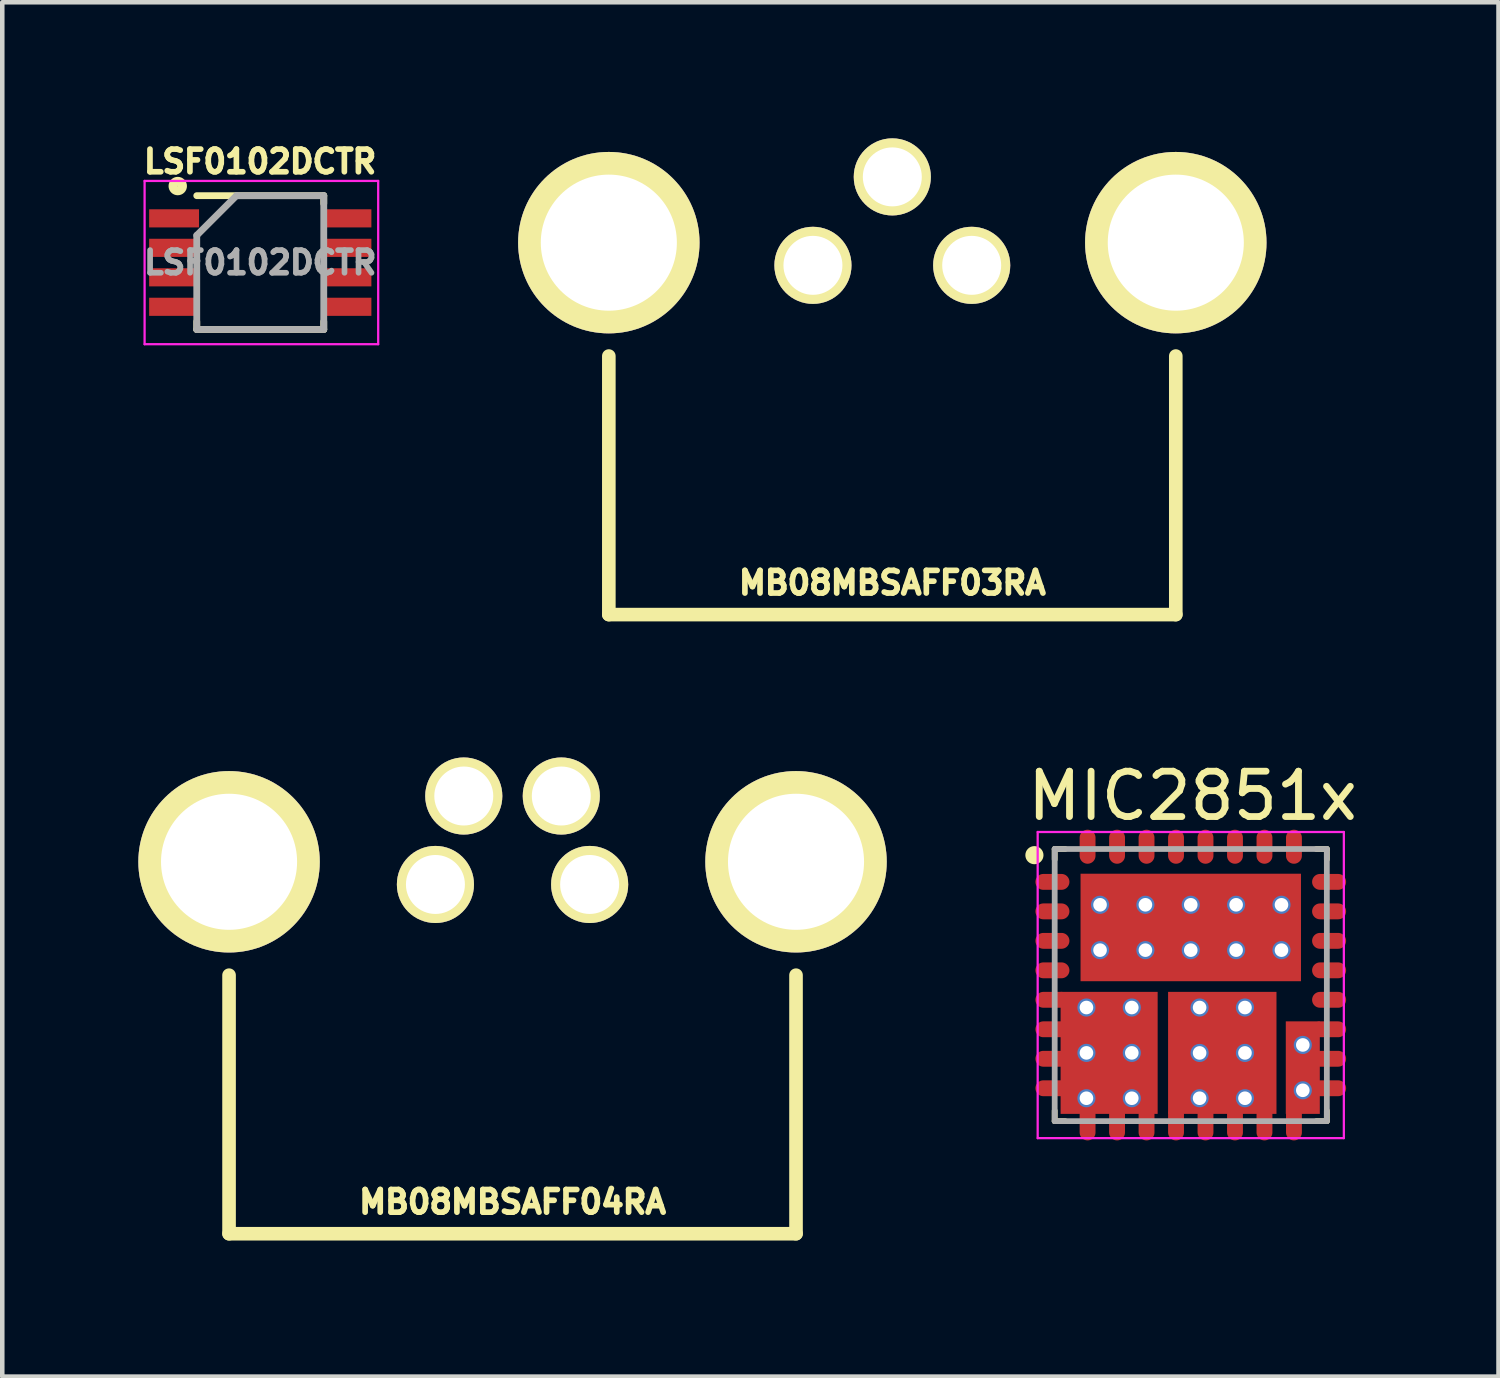
<source format=kicad_pcb>
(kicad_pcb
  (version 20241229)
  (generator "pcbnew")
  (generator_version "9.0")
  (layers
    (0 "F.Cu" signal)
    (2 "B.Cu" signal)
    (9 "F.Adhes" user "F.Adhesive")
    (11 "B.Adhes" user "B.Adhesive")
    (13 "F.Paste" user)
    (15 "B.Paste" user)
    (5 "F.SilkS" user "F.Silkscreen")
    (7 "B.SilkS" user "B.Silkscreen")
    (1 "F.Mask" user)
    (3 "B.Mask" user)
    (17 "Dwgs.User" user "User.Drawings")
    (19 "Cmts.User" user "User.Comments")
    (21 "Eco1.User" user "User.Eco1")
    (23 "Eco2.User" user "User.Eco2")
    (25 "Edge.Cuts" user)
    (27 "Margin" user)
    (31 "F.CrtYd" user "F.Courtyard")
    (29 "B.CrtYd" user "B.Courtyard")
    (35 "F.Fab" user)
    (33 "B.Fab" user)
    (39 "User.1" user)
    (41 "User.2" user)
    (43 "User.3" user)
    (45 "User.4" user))
  (footprint "MIC2851x"
    (layer "F.Cu")
    (at 23.203 18.668)
    (property "Reference" "MIC2851x" (at 0.041 -4.17 0) (layer "F.SilkS") (effects (font (size 1 1) (thickness 0.15))))
    (attr through_hole)
    (fp_line (start -3 -3) (end -3 -2.77) (stroke (width 0.127) (type solid)) (layer "F.SilkS"))
    (fp_line (start -3 -3) (end -2.77 -3) (stroke (width 0.127) (type solid)) (layer "F.SilkS"))
    (fp_line (start -3 3) (end -3 2.77) (stroke (width 0.127) (type solid)) (layer "F.SilkS"))
    (fp_line (start -3 3) (end -2.77 3) (stroke (width 0.127) (type solid)) (layer "F.SilkS"))
    (fp_line (start 3 -3) (end 2.77 -3) (stroke (width 0.127) (type solid)) (layer "F.SilkS"))
    (fp_line (start 3 -3) (end 3 -2.77) (stroke (width 0.127) (type solid)) (layer "F.SilkS"))
    (fp_line (start 3 3) (end 2.77 3) (stroke (width 0.127) (type solid)) (layer "F.SilkS"))
    (fp_line (start 3 3) (end 3 2.77) (stroke (width 0.127) (type solid)) (layer "F.SilkS"))
    (fp_circle (center -3.447 -2.864) (end -3.347 -2.864) (stroke (width 0.2) (type solid)) (fill no) (layer "F.SilkS"))
    (fp_poly (pts (xy -2.553 0.544) (xy -1.047 0.544) (xy -1.047 2.446) (xy -2.553 2.446)) (stroke (width 0.01) (type solid)) (fill yes) (layer "F.Paste"))
    (fp_poly (pts (xy -1.715 -2.105) (xy 1.715 -2.105) (xy 1.715 -0.435) (xy -1.715 -0.435)) (stroke (width 0.01) (type solid)) (fill yes) (layer "F.Paste"))
    (fp_poly (pts (xy -0.15 0.544) (xy 1.54 0.544) (xy 1.54 2.446) (xy -0.15 2.446)) (stroke (width 0.01) (type solid)) (fill yes) (layer "F.Paste"))
    (fp_poly (pts (xy 2.209 1.099) (xy 2.731 1.099) (xy 2.731 2.541) (xy 2.209 2.541)) (stroke (width 0.01) (type solid)) (fill yes) (layer "F.Paste"))
    (fp_line (start -3.375 -3.375) (end -3.375 3.375) (stroke (width 0.05) (type solid)) (layer "F.CrtYd"))
    (fp_line (start -3.375 3.375) (end 3.375 3.375) (stroke (width 0.05) (type solid)) (layer "F.CrtYd"))
    (fp_line (start 3.375 -3.375) (end -3.375 -3.375) (stroke (width 0.05) (type solid)) (layer "F.CrtYd"))
    (fp_line (start 3.375 3.375) (end 3.375 -3.375) (stroke (width 0.05) (type solid)) (layer "F.CrtYd"))
    (fp_line (start -3 -3) (end -3 3) (stroke (width 0.127) (type solid)) (layer "F.Fab"))
    (fp_line (start -3 3) (end 3 3) (stroke (width 0.127) (type solid)) (layer "F.Fab"))
    (fp_line (start 3 -3) (end -3 -3) (stroke (width 0.127) (type solid)) (layer "F.Fab"))
    (fp_line (start 3 3) (end 3 -3) (stroke (width 0.127) (type solid)) (layer "F.Fab"))
    (pad "1" smd oval (at -3.05 -2.275) (size 0.75 0.35) (layers "F.Cu" "F.Mask" "F.Paste"))
    (pad "2" smd oval (at -3.05 -1.625) (size 0.75 0.35) (layers "F.Cu" "F.Mask" "F.Paste"))
    (pad "3" smd oval (at -3.05 -0.975) (size 0.75 0.35) (layers "F.Cu" "F.Mask" "F.Paste"))
    (pad "4" smd oval (at -3.05 -0.325) (size 0.75 0.35) (layers "F.Cu" "F.Mask" "F.Paste"))
    (pad "5" smd oval (at -3.05 0.325) (size 0.75 0.35) (layers "F.Cu" "F.Mask" "F.Paste"))
    (pad "6" smd oval (at -3.05 0.975) (size 0.75 0.35) (layers "F.Cu" "F.Mask" "F.Paste"))
    (pad "7" smd oval (at -3.05 1.625) (size 0.75 0.35) (layers "F.Cu" "F.Mask" "F.Paste"))
    (pad "8" smd oval (at -3.05 2.275) (size 0.75 0.35) (layers "F.Cu" "F.Mask" "F.Paste"))
    (pad "9" smd oval (at -2.275 3.05) (size 0.35 0.75) (layers "F.Cu" "F.Mask" "F.Paste"))
    (pad "10" smd oval (at -1.625 3.05) (size 0.35 0.75) (layers "F.Cu" "F.Mask" "F.Paste"))
    (pad "11" smd oval (at -0.975 3.05) (size 0.35 0.75) (layers "F.Cu" "F.Mask" "F.Paste"))
    (pad "12" smd oval (at -0.325 3.05) (size 0.35 0.75) (layers "F.Cu" "F.Mask" "F.Paste"))
    (pad "13" smd oval (at 0.325 3.05) (size 0.35 0.75) (layers "F.Cu" "F.Mask" "F.Paste"))
    (pad "14" smd oval (at 0.975 3.05) (size 0.35 0.75) (layers "F.Cu" "F.Mask" "F.Paste"))
    (pad "15" smd oval (at 1.625 3.05) (size 0.35 0.75) (layers "F.Cu" "F.Mask" "F.Paste"))
    (pad "16" smd oval (at 2.275 3.05) (size 0.35 0.75) (layers "F.Cu" "F.Mask" "F.Paste"))
    (pad "17" smd oval (at 3.05 2.275) (size 0.75 0.35) (layers "F.Cu" "F.Mask" "F.Paste"))
    (pad "18" smd oval (at 3.05 1.625) (size 0.75 0.35) (layers "F.Cu" "F.Mask" "F.Paste"))
    (pad "19" smd oval (at 3.05 0.975) (size 0.75 0.35) (layers "F.Cu" "F.Mask" "F.Paste"))
    (pad "20" smd oval (at 3.05 0.325) (size 0.75 0.35) (layers "F.Cu" "F.Mask" "F.Paste"))
    (pad "21" smd oval (at 3.05 -0.325) (size 0.75 0.35) (layers "F.Cu" "F.Mask" "F.Paste"))
    (pad "22" smd oval (at 3.05 -0.975) (size 0.75 0.35) (layers "F.Cu" "F.Mask" "F.Paste"))
    (pad "23" smd oval (at 3.05 -1.625) (size 0.75 0.35) (layers "F.Cu" "F.Mask" "F.Paste"))
    (pad "24" smd oval (at 3.05 -2.275) (size 0.75 0.35) (layers "F.Cu" "F.Mask" "F.Paste"))
    (pad "25" smd oval (at 2.275 -3.05) (size 0.35 0.75) (layers "F.Cu" "F.Mask" "F.Paste"))
    (pad "26" smd oval (at 1.625 -3.05) (size 0.35 0.75) (layers "F.Cu" "F.Mask" "F.Paste"))
    (pad "27" smd oval (at 0.975 -3.05) (size 0.35 0.75) (layers "F.Cu" "F.Mask" "F.Paste"))
    (pad "28" smd oval (at 0.325 -3.05) (size 0.35 0.75) (layers "F.Cu" "F.Mask" "F.Paste"))
    (pad "29" smd oval (at -0.325 -3.05) (size 0.35 0.75) (layers "F.Cu" "F.Mask" "F.Paste"))
    (pad "30" smd oval (at -0.975 -3.05) (size 0.35 0.75) (layers "F.Cu" "F.Mask" "F.Paste"))
    (pad "31" smd oval (at -1.625 -3.05) (size 0.35 0.75) (layers "F.Cu" "F.Mask" "F.Paste"))
    (pad "32" smd oval (at -2.275 -3.05) (size 0.35 0.75) (layers "F.Cu" "F.Mask" "F.Paste"))
    (pad "33" thru_hole circle (at -2 -1.77) (size 0.4 0.4) (drill 0.3) (layers "*.Cu" "F.Mask"))
    (pad "33" thru_hole circle (at -2 -0.77) (size 0.4 0.4) (drill 0.3) (layers "*.Cu" "F.Mask"))
    (pad "33" thru_hole circle (at -1 -1.77) (size 0.4 0.4) (drill 0.3) (layers "*.Cu" "F.Mask"))
    (pad "33" thru_hole circle (at -1 -0.77) (size 0.4 0.4) (drill 0.3) (layers "*.Cu" "F.Mask"))
    (pad "33" thru_hole circle (at 0 -1.77) (size 0.4 0.4) (drill 0.3) (layers "*.Cu" "F.Mask"))
    (pad "33" smd rect (at 0 -1.27) (size 4.86 2.37) (layers "F.Cu" "F.Mask"))
    (pad "33" thru_hole circle (at 0 -0.77) (size 0.4 0.4) (drill 0.3) (layers "*.Cu" "F.Mask"))
    (pad "33" thru_hole circle (at 1 -1.77) (size 0.4 0.4) (drill 0.3) (layers "*.Cu" "F.Mask"))
    (pad "33" thru_hole circle (at 1 -0.77) (size 0.4 0.4) (drill 0.3) (layers "*.Cu" "F.Mask"))
    (pad "33" thru_hole circle (at 2 -1.77) (size 0.4 0.4) (drill 0.3) (layers "*.Cu" "F.Mask"))
    (pad "33" thru_hole circle (at 2 -0.77) (size 0.4 0.4) (drill 0.3) (layers "*.Cu" "F.Mask"))
    (pad "34" thru_hole circle (at -2.3 0.495) (size 0.4 0.4) (drill 0.3) (layers "*.Cu" "F.Mask"))
    (pad "34" thru_hole circle (at -2.3 1.495) (size 0.4 0.4) (drill 0.3) (layers "*.Cu" "F.Mask"))
    (pad "34" thru_hole circle (at -2.3 2.495) (size 0.4 0.4) (drill 0.3) (layers "*.Cu" "F.Mask"))
    (pad "34" smd rect (at -1.8 1.495) (size 2.14 2.69) (layers "F.Cu" "F.Mask"))
    (pad "34" thru_hole circle (at -1.3 0.495) (size 0.4 0.4) (drill 0.3) (layers "*.Cu" "F.Mask"))
    (pad "34" thru_hole circle (at -1.3 1.495) (size 0.4 0.4) (drill 0.3) (layers "*.Cu" "F.Mask"))
    (pad "34" thru_hole circle (at -1.3 2.495) (size 0.4 0.4) (drill 0.3) (layers "*.Cu" "F.Mask"))
    (pad "35" thru_hole circle (at 0.195 0.495) (size 0.4 0.4) (drill 0.3) (layers "*.Cu" "F.Mask"))
    (pad "35" thru_hole circle (at 0.195 1.496) (size 0.4 0.4) (drill 0.3) (layers "*.Cu" "F.Mask"))
    (pad "35" thru_hole circle (at 0.195 2.495) (size 0.4 0.4) (drill 0.3) (layers "*.Cu" "F.Mask"))
    (pad "35" smd rect (at 0.695 1.495) (size 2.39 2.69) (layers "F.Cu" "F.Mask"))
    (pad "35" thru_hole circle (at 1.195 0.495) (size 0.4 0.4) (drill 0.3) (layers "*.Cu" "F.Mask"))
    (pad "35" thru_hole circle (at 1.195 1.496) (size 0.4 0.4) (drill 0.3) (layers "*.Cu" "F.Mask"))
    (pad "35" thru_hole circle (at 1.195 2.495) (size 0.4 0.4) (drill 0.3) (layers "*.Cu" "F.Mask"))
    (pad "36" thru_hole circle (at 2.47 1.32) (size 0.4 0.4) (drill 0.3) (layers "*.Cu" "F.Mask"))
    (pad "36" smd rect (at 2.47 1.82) (size 0.75 2.04) (layers "F.Cu" "F.Mask"))
    (pad "36" thru_hole circle (at 2.47 2.32) (size 0.4 0.4) (drill 0.3) (layers "*.Cu" "F.Mask")))
  (footprint "MB08MBSAFF03RA"
    (layer "F.Cu")
    (at 16.623 2.8)
    (property "Reference" "MB08MBSAFF03RA" (at 0 7 0) (layer "F.SilkS") (effects (font (size 0.5 0.5) (thickness 0.125))))
    (attr through_hole)
    (fp_line (start -6.25 2) (end -6.25 7.7) (stroke (width 0.3) (type solid)) (layer "F.SilkS"))
    (fp_line (start -6.25 7.7) (end 6.25 7.7) (stroke (width 0.3) (type solid)) (layer "F.SilkS"))
    (fp_line (start 6.25 2) (end 6.25 7.7) (stroke (width 0.3) (type solid)) (layer "F.SilkS"))
    (pad "1" thru_hole circle (at -1.75 0) (size 1.7 1.7) (drill 1.3) (layers "*.Cu" "*.Mask" "F.SilkS"))
    (pad "3" thru_hole circle (at 1.75 0) (size 1.7 1.7) (drill 1.3) (layers "*.Cu" "*.Mask" "F.SilkS"))
    (pad "4" thru_hole circle (at 0 -1.95) (size 1.7 1.7) (drill 1.3) (layers "*.Cu" "*.Mask" "F.SilkS"))
    (pad "5" thru_hole circle (at -6.25 -0.5) (size 4 4) (drill 3) (layers "*.Cu" "*.Mask" "F.SilkS"))
    (pad "5" thru_hole circle (at 6.25 -0.5) (size 4 4) (drill 3) (layers "*.Cu" "*.Mask" "F.SilkS")))
  (footprint "MB08MBSAFF04RA"
    (layer "F.Cu")
    (at 8.25 16.45)
    (property "Reference" "MB08MBSAFF04RA" (at 0 7 0) (layer "F.SilkS") (effects (font (size 0.5 0.5) (thickness 0.125))))
    (attr through_hole)
    (fp_line (start -6.25 2) (end -6.25 7.7) (stroke (width 0.3) (type solid)) (layer "F.SilkS"))
    (fp_line (start -6.25 7.7) (end 6.25 7.7) (stroke (width 0.3) (type solid)) (layer "F.SilkS"))
    (fp_line (start 6.25 2) (end 6.25 7.7) (stroke (width 0.3) (type solid)) (layer "F.SilkS"))
    (pad "1" thru_hole circle (at -1.7 0) (size 1.7 1.7) (drill 1.3) (layers "*.Cu" "*.Mask" "F.SilkS"))
    (pad "2" thru_hole circle (at -1.075 -1.95) (size 1.7 1.7) (drill 1.3) (layers "*.Cu" "*.Mask" "F.SilkS"))
    (pad "3" thru_hole circle (at 1.7 0) (size 1.7 1.7) (drill 1.3) (layers "*.Cu" "*.Mask" "F.SilkS"))
    (pad "4" thru_hole circle (at 1.075 -1.95) (size 1.7 1.7) (drill 1.3) (layers "*.Cu" "*.Mask" "F.SilkS"))
    (pad "5" thru_hole circle (at -6.25 -0.5) (size 4 4) (drill 3) (layers "*.Cu" "*.Mask" "F.SilkS"))
    (pad "5" thru_hole circle (at 6.25 -0.5) (size 4 4) (drill 3) (layers "*.Cu" "*.Mask" "F.SilkS")))
  (footprint "LSF0102DCTR"
    (layer "F.Cu")
    (at 2.688 2.739)
    (property "Reference" "LSF0102DCTR" (at -0.003 -2.227 0) (layer "F.SilkS") (effects (font (size 0.5 0.5) (thickness 0.125))))
    (attr smd)
    (fp_line (start -1.4 -1.475) (end 1.4 -1.475) (stroke (width 0.15) (type solid)) (layer "F.SilkS"))
    (fp_line (start -1.4 1.475) (end -1.4 1.3) (stroke (width 0.15) (type solid)) (layer "F.SilkS"))
    (fp_line (start -1.4 1.475) (end 1.4 1.475) (stroke (width 0.15) (type solid)) (layer "F.SilkS"))
    (fp_line (start 1.4 -1.475) (end 1.4 -1.3) (stroke (width 0.15) (type solid)) (layer "F.SilkS"))
    (fp_line (start 1.4 1.3) (end 1.4 1.475) (stroke (width 0.15) (type solid)) (layer "F.SilkS"))
    (fp_circle (center -1.819 -1.687) (end -1.716 -1.687) (stroke (width 0.2) (type solid)) (fill no) (layer "F.SilkS"))
    (fp_line (start -2.55 -1.8) (end -2.55 1.8) (stroke (width 0.05) (type solid)) (layer "F.CrtYd"))
    (fp_line (start -2.55 -1.8) (end 2.6 -1.8) (stroke (width 0.05) (type solid)) (layer "F.CrtYd"))
    (fp_line (start -2.55 1.8) (end 2.6 1.8) (stroke (width 0.05) (type solid)) (layer "F.CrtYd"))
    (fp_line (start 2.6 -1.8) (end 2.6 1.8) (stroke (width 0.05) (type solid)) (layer "F.CrtYd"))
    (fp_line (start -1.4 -0.6) (end -0.525 -1.475) (stroke (width 0.15) (type solid)) (layer "F.Fab"))
    (fp_line (start -1.4 1.475) (end -1.4 -0.6) (stroke (width 0.15) (type solid)) (layer "F.Fab"))
    (fp_line (start -0.525 -1.475) (end 1.4 -1.475) (stroke (width 0.15) (type solid)) (layer "F.Fab"))
    (fp_line (start 1.4 -1.475) (end 1.4 1.475) (stroke (width 0.15) (type solid)) (layer "F.Fab"))
    (fp_line (start 1.4 1.475) (end -1.4 1.475) (stroke (width 0.15) (type solid)) (layer "F.Fab"))
    (fp_text user "${REFERENCE}" (at 0 0 0) (layer "F.Fab") (effects (font (size 0.5 0.5) (thickness 0.125))))
    (pad "1" smd rect (at -1.9 -0.975) (size 1.1 0.4) (layers "F.Cu" "F.Mask" "F.Paste"))
    (pad "2" smd rect (at -1.9 -0.325) (size 1.1 0.4) (layers "F.Cu" "F.Mask" "F.Paste"))
    (pad "3" smd rect (at -1.9 0.325) (size 1.1 0.4) (layers "F.Cu" "F.Mask" "F.Paste"))
    (pad "4" smd rect (at -1.9 0.975) (size 1.1 0.4) (layers "F.Cu" "F.Mask" "F.Paste"))
    (pad "5" smd rect (at 1.9 0.975) (size 1.1 0.4) (layers "F.Cu" "F.Mask" "F.Paste"))
    (pad "6" smd rect (at 1.9 0.325) (size 1.1 0.4) (layers "F.Cu" "F.Mask" "F.Paste"))
    (pad "7" smd rect (at 1.9 -0.325) (size 1.1 0.4) (layers "F.Cu" "F.Mask" "F.Paste"))
    (pad "8" smd rect (at 1.9 -0.975) (size 1.1 0.4) (layers "F.Cu" "F.Mask" "F.Paste")))
  (gr_rect
    (start -3 -3)
    (end 29.988 27.3)
    (stroke (width 0.1) (type default))
    (fill no)
    (layer "Edge.Cuts")))
</source>
